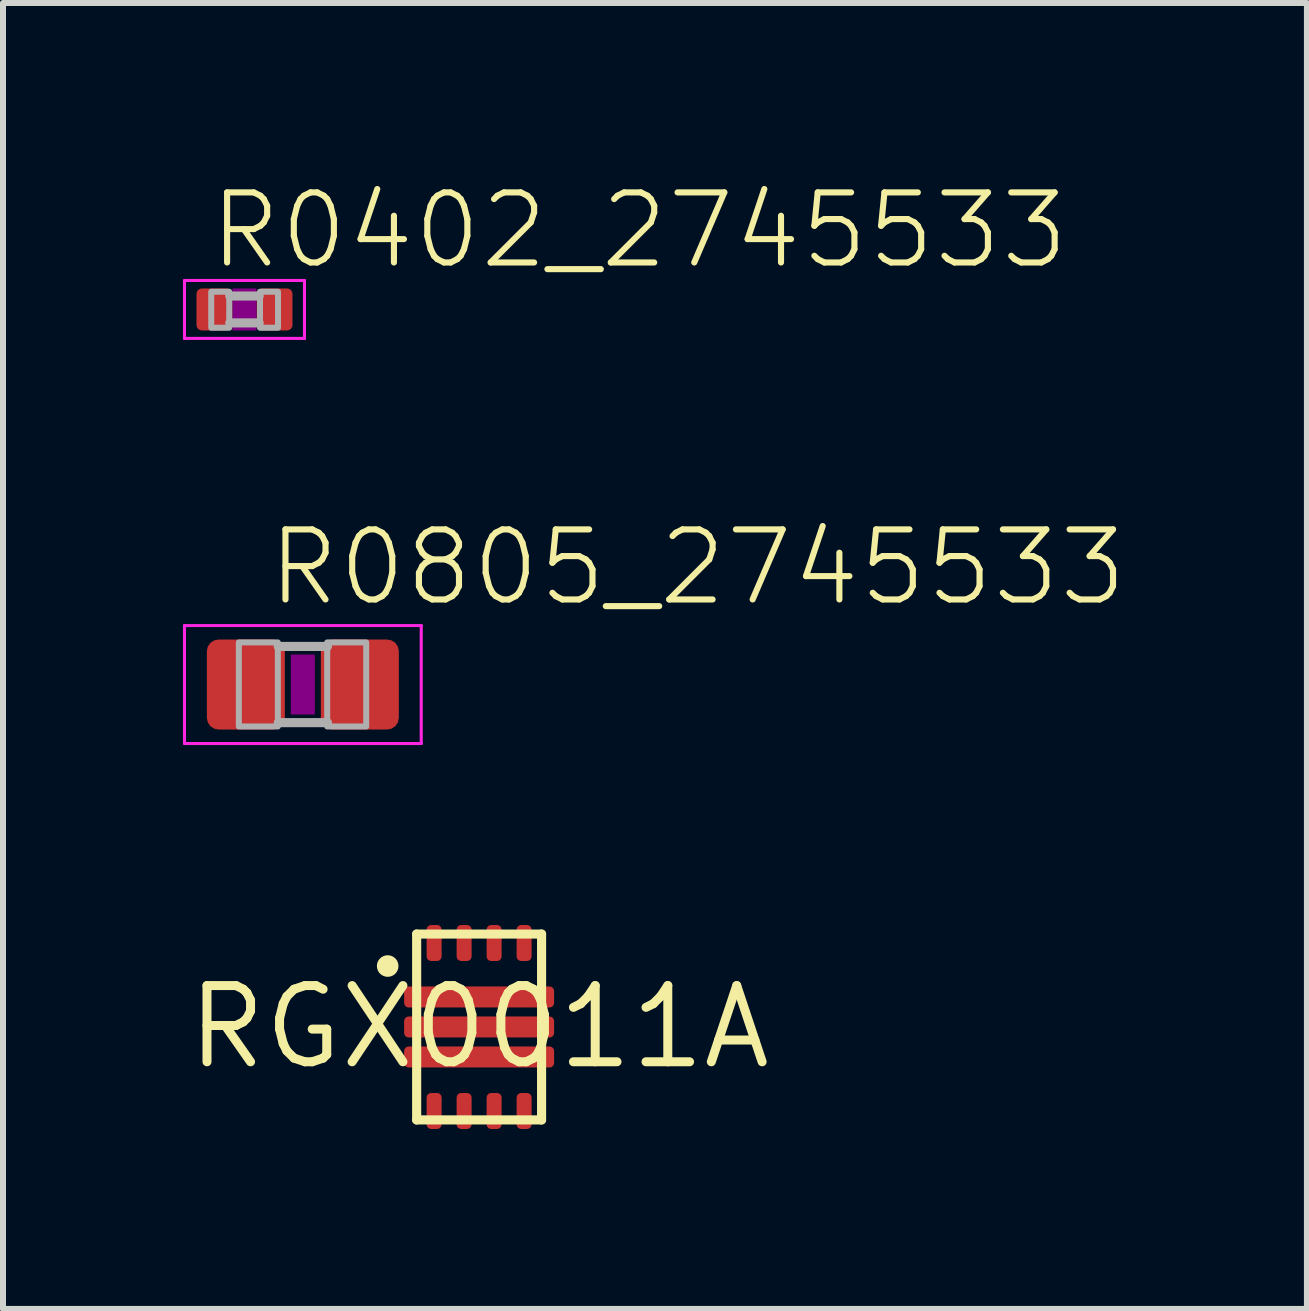
<source format=kicad_pcb>
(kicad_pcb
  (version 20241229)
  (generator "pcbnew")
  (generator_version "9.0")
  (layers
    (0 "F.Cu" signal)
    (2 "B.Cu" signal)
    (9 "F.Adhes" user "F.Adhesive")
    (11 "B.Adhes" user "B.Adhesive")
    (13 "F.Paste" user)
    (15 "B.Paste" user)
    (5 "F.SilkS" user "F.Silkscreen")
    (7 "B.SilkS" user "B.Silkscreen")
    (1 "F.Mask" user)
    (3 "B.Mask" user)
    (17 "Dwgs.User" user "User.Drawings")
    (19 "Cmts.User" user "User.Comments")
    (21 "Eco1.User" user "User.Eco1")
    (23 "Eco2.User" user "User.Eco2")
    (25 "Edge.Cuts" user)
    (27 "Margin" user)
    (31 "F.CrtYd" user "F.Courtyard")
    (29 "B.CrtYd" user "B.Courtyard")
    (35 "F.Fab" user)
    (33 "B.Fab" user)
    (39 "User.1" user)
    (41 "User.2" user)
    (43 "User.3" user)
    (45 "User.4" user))
  (footprint "RGX0011A"
    (layer "F.Cu")
    (at 4.936 14.068)
    (property "Reference" "RGX0011A" (at 0 0 0) (unlocked yes) (layer "F.SilkS") (effects (font (size 1.27 1.27) (thickness 0.15))))
    (fp_line (start -1.041 -1.549) (end 1.041 -1.549) (stroke (width 0.152) (type solid)) (layer "F.SilkS"))
    (fp_line (start -1.041 1.549) (end -1.041 -1.549) (stroke (width 0.152) (type solid)) (layer "F.SilkS"))
    (fp_line (start -1.041 1.549) (end 1.041 1.549) (stroke (width 0.152) (type solid)) (layer "F.SilkS"))
    (fp_line (start 1.041 1.549) (end 1.041 -1.549) (stroke (width 0.152) (type solid)) (layer "F.SilkS"))
    (fp_circle (center -1.524 -1.016) (end -1.434 -1.016) (stroke (width 0.18) (type solid)) (fill yes) (layer "F.SilkS"))
    (fp_poly (pts (xy -0.568 -0.637) (xy -0.556 -0.633) (xy -0.545 -0.627) (xy -0.536 -0.619) (xy -0.528 -0.61) (xy -0.522 -0.599) (xy -0.518 -0.587) (xy -0.517 -0.576) (xy -0.517 -0.424) (xy -0.518 -0.413) (xy -0.522 -0.401) (xy -0.528 -0.39) (xy -0.536 -0.381) (xy -0.545 -0.373) (xy -0.556 -0.367) (xy -0.568 -0.363) (xy -0.579 -0.362) (xy -1.141 -0.362) (xy -1.152 -0.363) (xy -1.164 -0.367) (xy -1.175 -0.373) (xy -1.184 -0.381) (xy -1.192 -0.39) (xy -1.198 -0.401) (xy -1.202 -0.413) (xy -1.203 -0.424) (xy -1.203 -0.576) (xy -1.202 -0.587) (xy -1.198 -0.599) (xy -1.192 -0.61) (xy -1.184 -0.619) (xy -1.175 -0.627) (xy -1.164 -0.633) (xy -1.152 -0.637) (xy -1.141 -0.638) (xy -0.579 -0.638)) (stroke (width 0) (type default)) (fill yes) (layer "F.Paste"))
    (fp_poly (pts (xy -0.568 -0.137) (xy -0.556 -0.133) (xy -0.545 -0.127) (xy -0.536 -0.119) (xy -0.528 -0.11) (xy -0.522 -0.099) (xy -0.518 -0.087) (xy -0.517 -0.076) (xy -0.517 0.076) (xy -0.518 0.087) (xy -0.522 0.099) (xy -0.528 0.11) (xy -0.536 0.119) (xy -0.545 0.127) (xy -0.556 0.133) (xy -0.568 0.137) (xy -0.579 0.138) (xy -1.141 0.138) (xy -1.152 0.137) (xy -1.164 0.133) (xy -1.175 0.127) (xy -1.184 0.119) (xy -1.192 0.11) (xy -1.198 0.099) (xy -1.202 0.087) (xy -1.203 0.076) (xy -1.203 -0.076) (xy -1.202 -0.087) (xy -1.198 -0.099) (xy -1.192 -0.11) (xy -1.184 -0.119) (xy -1.175 -0.127) (xy -1.164 -0.133) (xy -1.152 -0.137) (xy -1.141 -0.138) (xy -0.579 -0.138)) (stroke (width 0) (type default)) (fill yes) (layer "F.Paste"))
    (fp_poly (pts (xy -0.568 0.363) (xy -0.556 0.367) (xy -0.545 0.373) (xy -0.536 0.381) (xy -0.528 0.39) (xy -0.522 0.401) (xy -0.518 0.413) (xy -0.517 0.424) (xy -0.517 0.576) (xy -0.518 0.587) (xy -0.522 0.599) (xy -0.528 0.61) (xy -0.536 0.619) (xy -0.545 0.627) (xy -0.556 0.633) (xy -0.568 0.637) (xy -0.579 0.638) (xy -1.141 0.638) (xy -1.152 0.637) (xy -1.164 0.633) (xy -1.175 0.627) (xy -1.184 0.619) (xy -1.192 0.61) (xy -1.198 0.599) (xy -1.202 0.587) (xy -1.203 0.576) (xy -1.203 0.424) (xy -1.202 0.413) (xy -1.198 0.401) (xy -1.192 0.39) (xy -1.184 0.381) (xy -1.175 0.373) (xy -1.164 0.367) (xy -1.152 0.363) (xy -1.141 0.362) (xy -0.579 0.362)) (stroke (width 0) (type default)) (fill yes) (layer "F.Paste"))
    (fp_poly (pts (xy 0.292 -0.637) (xy 0.304 -0.633) (xy 0.315 -0.627) (xy 0.324 -0.619) (xy 0.332 -0.61) (xy 0.338 -0.599) (xy 0.342 -0.587) (xy 0.343 -0.576) (xy 0.343 -0.424) (xy 0.342 -0.413) (xy 0.338 -0.401) (xy 0.332 -0.39) (xy 0.324 -0.381) (xy 0.315 -0.373) (xy 0.304 -0.367) (xy 0.292 -0.363) (xy 0.281 -0.362) (xy -0.281 -0.362) (xy -0.292 -0.363) (xy -0.304 -0.367) (xy -0.315 -0.373) (xy -0.324 -0.381) (xy -0.332 -0.39) (xy -0.338 -0.401) (xy -0.342 -0.413) (xy -0.343 -0.424) (xy -0.343 -0.576) (xy -0.342 -0.587) (xy -0.338 -0.599) (xy -0.332 -0.61) (xy -0.324 -0.619) (xy -0.315 -0.627) (xy -0.304 -0.633) (xy -0.292 -0.637) (xy -0.281 -0.638) (xy 0.281 -0.638)) (stroke (width 0) (type default)) (fill yes) (layer "F.Paste"))
    (fp_poly (pts (xy 0.292 -0.137) (xy 0.304 -0.133) (xy 0.315 -0.127) (xy 0.324 -0.119) (xy 0.332 -0.11) (xy 0.338 -0.099) (xy 0.342 -0.087) (xy 0.343 -0.076) (xy 0.343 0.076) (xy 0.342 0.087) (xy 0.338 0.099) (xy 0.332 0.11) (xy 0.324 0.119) (xy 0.315 0.127) (xy 0.304 0.133) (xy 0.292 0.137) (xy 0.281 0.138) (xy -0.281 0.138) (xy -0.292 0.137) (xy -0.304 0.133) (xy -0.315 0.127) (xy -0.324 0.119) (xy -0.332 0.11) (xy -0.338 0.099) (xy -0.342 0.087) (xy -0.343 0.076) (xy -0.343 -0.076) (xy -0.342 -0.087) (xy -0.338 -0.099) (xy -0.332 -0.11) (xy -0.324 -0.119) (xy -0.315 -0.127) (xy -0.304 -0.133) (xy -0.292 -0.137) (xy -0.281 -0.138) (xy 0.281 -0.138)) (stroke (width 0) (type default)) (fill yes) (layer "F.Paste"))
    (fp_poly (pts (xy 0.292 0.363) (xy 0.304 0.367) (xy 0.315 0.373) (xy 0.324 0.381) (xy 0.332 0.39) (xy 0.338 0.401) (xy 0.342 0.413) (xy 0.343 0.424) (xy 0.343 0.576) (xy 0.342 0.587) (xy 0.338 0.599) (xy 0.332 0.61) (xy 0.324 0.619) (xy 0.315 0.627) (xy 0.304 0.633) (xy 0.292 0.637) (xy 0.281 0.638) (xy -0.281 0.638) (xy -0.292 0.637) (xy -0.304 0.633) (xy -0.315 0.627) (xy -0.324 0.619) (xy -0.332 0.61) (xy -0.338 0.599) (xy -0.342 0.587) (xy -0.343 0.576) (xy -0.343 0.424) (xy -0.342 0.413) (xy -0.338 0.401) (xy -0.332 0.39) (xy -0.324 0.381) (xy -0.315 0.373) (xy -0.304 0.367) (xy -0.292 0.363) (xy -0.281 0.362) (xy 0.281 0.362)) (stroke (width 0) (type default)) (fill yes) (layer "F.Paste"))
    (fp_poly (pts (xy 1.152 -0.637) (xy 1.164 -0.633) (xy 1.175 -0.627) (xy 1.184 -0.619) (xy 1.192 -0.61) (xy 1.198 -0.599) (xy 1.202 -0.587) (xy 1.203 -0.576) (xy 1.203 -0.424) (xy 1.202 -0.413) (xy 1.198 -0.401) (xy 1.192 -0.39) (xy 1.184 -0.381) (xy 1.175 -0.373) (xy 1.164 -0.367) (xy 1.152 -0.363) (xy 1.141 -0.362) (xy 0.579 -0.362) (xy 0.568 -0.363) (xy 0.556 -0.367) (xy 0.545 -0.373) (xy 0.536 -0.381) (xy 0.528 -0.39) (xy 0.522 -0.401) (xy 0.518 -0.413) (xy 0.517 -0.424) (xy 0.517 -0.576) (xy 0.518 -0.587) (xy 0.522 -0.599) (xy 0.528 -0.61) (xy 0.536 -0.619) (xy 0.545 -0.627) (xy 0.556 -0.633) (xy 0.568 -0.637) (xy 0.579 -0.638) (xy 1.141 -0.638)) (stroke (width 0) (type default)) (fill yes) (layer "F.Paste"))
    (fp_poly (pts (xy 1.152 -0.137) (xy 1.164 -0.133) (xy 1.175 -0.127) (xy 1.184 -0.119) (xy 1.192 -0.11) (xy 1.198 -0.099) (xy 1.202 -0.087) (xy 1.203 -0.076) (xy 1.203 0.076) (xy 1.202 0.087) (xy 1.198 0.099) (xy 1.192 0.11) (xy 1.184 0.119) (xy 1.175 0.127) (xy 1.164 0.133) (xy 1.152 0.137) (xy 1.141 0.138) (xy 0.579 0.138) (xy 0.568 0.137) (xy 0.556 0.133) (xy 0.545 0.127) (xy 0.536 0.119) (xy 0.528 0.11) (xy 0.522 0.099) (xy 0.518 0.087) (xy 0.517 0.076) (xy 0.517 -0.076) (xy 0.518 -0.087) (xy 0.522 -0.099) (xy 0.528 -0.11) (xy 0.536 -0.119) (xy 0.545 -0.127) (xy 0.556 -0.133) (xy 0.568 -0.137) (xy 0.579 -0.138) (xy 1.141 -0.138)) (stroke (width 0) (type default)) (fill yes) (layer "F.Paste"))
    (fp_poly (pts (xy 1.152 0.363) (xy 1.164 0.367) (xy 1.175 0.373) (xy 1.184 0.381) (xy 1.192 0.39) (xy 1.198 0.401) (xy 1.202 0.413) (xy 1.203 0.424) (xy 1.203 0.576) (xy 1.202 0.587) (xy 1.198 0.599) (xy 1.192 0.61) (xy 1.184 0.619) (xy 1.175 0.627) (xy 1.164 0.633) (xy 1.152 0.637) (xy 1.141 0.638) (xy 0.579 0.638) (xy 0.568 0.637) (xy 0.556 0.633) (xy 0.545 0.627) (xy 0.536 0.619) (xy 0.528 0.61) (xy 0.522 0.599) (xy 0.518 0.587) (xy 0.517 0.576) (xy 0.517 0.424) (xy 0.518 0.413) (xy 0.522 0.401) (xy 0.528 0.39) (xy 0.536 0.381) (xy 0.545 0.373) (xy 0.556 0.367) (xy 0.568 0.363) (xy 0.579 0.362) (xy 1.141 0.362)) (stroke (width 0) (type default)) (fill yes) (layer "F.Paste"))
    (pad "1" smd roundrect (at 0 -0.5 90) (size 0.35 2.5) (layers "F.Cu" "F.Mask") (roundrect_rratio 0.218))
    (pad "2" smd roundrect (at 0 0 90) (size 0.35 2.5) (layers "F.Cu" "F.Mask") (roundrect_rratio 0.218))
    (pad "3" smd roundrect (at 0 0.5 90) (size 0.35 2.5) (layers "F.Cu" "F.Mask") (roundrect_rratio 0.218))
    (pad "4" smd roundrect (at -0.75 1.4 180) (size 0.25 0.6) (layers "F.Cu" "F.Mask" "F.Paste") (roundrect_rratio 0.305))
    (pad "5" smd roundrect (at -0.25 1.4 180) (size 0.25 0.6) (layers "F.Cu" "F.Mask" "F.Paste") (roundrect_rratio 0.305))
    (pad "6" smd roundrect (at 0.25 1.4 180) (size 0.25 0.6) (layers "F.Cu" "F.Mask" "F.Paste") (roundrect_rratio 0.305))
    (pad "7" smd roundrect (at 0.75 1.4 180) (size 0.25 0.6) (layers "F.Cu" "F.Mask" "F.Paste") (roundrect_rratio 0.305))
    (pad "8" smd roundrect (at 0.75 -1.4 180) (size 0.25 0.6) (layers "F.Cu" "F.Mask" "F.Paste") (roundrect_rratio 0.305))
    (pad "9" smd roundrect (at 0.25 -1.4 180) (size 0.25 0.6) (layers "F.Cu" "F.Mask" "F.Paste") (roundrect_rratio 0.305))
    (pad "10" smd roundrect (at -0.25 -1.4 180) (size 0.25 0.6) (layers "F.Cu" "F.Mask" "F.Paste") (roundrect_rratio 0.305))
    (pad "11" smd roundrect (at -0.75 -1.4 180) (size 0.25 0.6) (layers "F.Cu" "F.Mask" "F.Paste") (roundrect_rratio 0.305)))
  (footprint "R0402_2745533"
    (layer "F.Cu")
    (at 1.025 2.108)
    (property "Reference" "R0402_2745533" (at -0.635 -0.635 0) (unlocked yes) (layer "F.SilkS") (effects (font (size 1.168 1.168) (thickness 0.102)) (justify left bottom)))
    (fp_poly (pts (xy -0.2 0.35) (xy 0.2 0.35) (xy 0.2 -0.35) (xy -0.2 -0.35)) (stroke (width 0) (type default)) (fill yes) (layer "F.Adhes"))
    (fp_line (start -1 -0.483) (end 1 -0.483) (stroke (width 0.051) (type solid)) (layer "F.CrtYd"))
    (fp_line (start -1 0.483) (end -1 -0.483) (stroke (width 0.051) (type solid)) (layer "F.CrtYd"))
    (fp_line (start 1 -0.483) (end 1 0.483) (stroke (width 0.051) (type solid)) (layer "F.CrtYd"))
    (fp_line (start 1 0.483) (end -1 0.483) (stroke (width 0.051) (type solid)) (layer "F.CrtYd"))
    (fp_line (start -0.245 -0.224) (end 0.245 -0.224) (stroke (width 0.152) (type solid)) (layer "F.Fab"))
    (fp_line (start 0.245 0.224) (end -0.245 0.224) (stroke (width 0.152) (type solid)) (layer "F.Fab"))
    (fp_poly (pts (xy -0.554 0.305) (xy -0.254 0.305) (xy -0.254 -0.295) (xy -0.554 -0.295)) (stroke (width 0.1) (type default)) (fill no) (layer "F.Fab"))
    (fp_poly (pts (xy 0.259 0.305) (xy 0.559 0.305) (xy 0.559 -0.295) (xy 0.259 -0.295)) (stroke (width 0.1) (type default)) (fill no) (layer "F.Fab"))
    (pad "1" smd roundrect (at -0.5 0) (size 0.6 0.7) (layers "F.Cu" "F.Mask" "F.Paste") (roundrect_rratio 0.15))
    (pad "2" smd roundrect (at 0.5 0) (size 0.6 0.7) (layers "F.Cu" "F.Mask" "F.Paste") (roundrect_rratio 0.15)))
  (footprint "R0805_2745533"
    (layer "F.Cu")
    (at 1.998 8.36)
    (property "Reference" "R0805_2745533" (at -0.635 -1.27 0) (unlocked yes) (layer "F.SilkS") (effects (font (size 1.168 1.168) (thickness 0.102)) (justify left bottom)))
    (fp_poly (pts (xy -0.2 0.5) (xy 0.2 0.5) (xy 0.2 -0.5) (xy -0.2 -0.5)) (stroke (width 0) (type default)) (fill yes) (layer "F.Adhes"))
    (fp_line (start -1.973 -0.983) (end 1.973 -0.983) (stroke (width 0.051) (type solid)) (layer "F.CrtYd"))
    (fp_line (start -1.973 0.983) (end -1.973 -0.983) (stroke (width 0.051) (type solid)) (layer "F.CrtYd"))
    (fp_line (start 1.973 -0.983) (end 1.973 0.983) (stroke (width 0.051) (type solid)) (layer "F.CrtYd"))
    (fp_line (start 1.973 0.983) (end -1.973 0.983) (stroke (width 0.051) (type solid)) (layer "F.CrtYd"))
    (fp_line (start -0.41 -0.635) (end 0.41 -0.635) (stroke (width 0.152) (type solid)) (layer "F.Fab"))
    (fp_line (start -0.41 0.635) (end 0.41 0.635) (stroke (width 0.152) (type solid)) (layer "F.Fab"))
    (fp_poly (pts (xy -1.067 0.699) (xy -0.417 0.699) (xy -0.417 -0.702) (xy -1.067 -0.702)) (stroke (width 0.1) (type default)) (fill no) (layer "F.Fab"))
    (fp_poly (pts (xy 0.406 0.699) (xy 1.056 0.699) (xy 1.056 -0.702) (xy 0.406 -0.702)) (stroke (width 0.1) (type default)) (fill no) (layer "F.Fab"))
    (pad "1" smd roundrect (at -0.95 0) (size 1.3 1.5) (layers "F.Cu" "F.Mask" "F.Paste") (roundrect_rratio 0.15))
    (pad "2" smd roundrect (at 0.95 0) (size 1.3 1.5) (layers "F.Cu" "F.Mask" "F.Paste") (roundrect_rratio 0.15)))
  (gr_rect
    (start -3 -3)
    (end 18.734 18.768)
    (stroke (width 0.1) (type default))
    (fill no)
    (layer "Edge.Cuts")))
</source>
